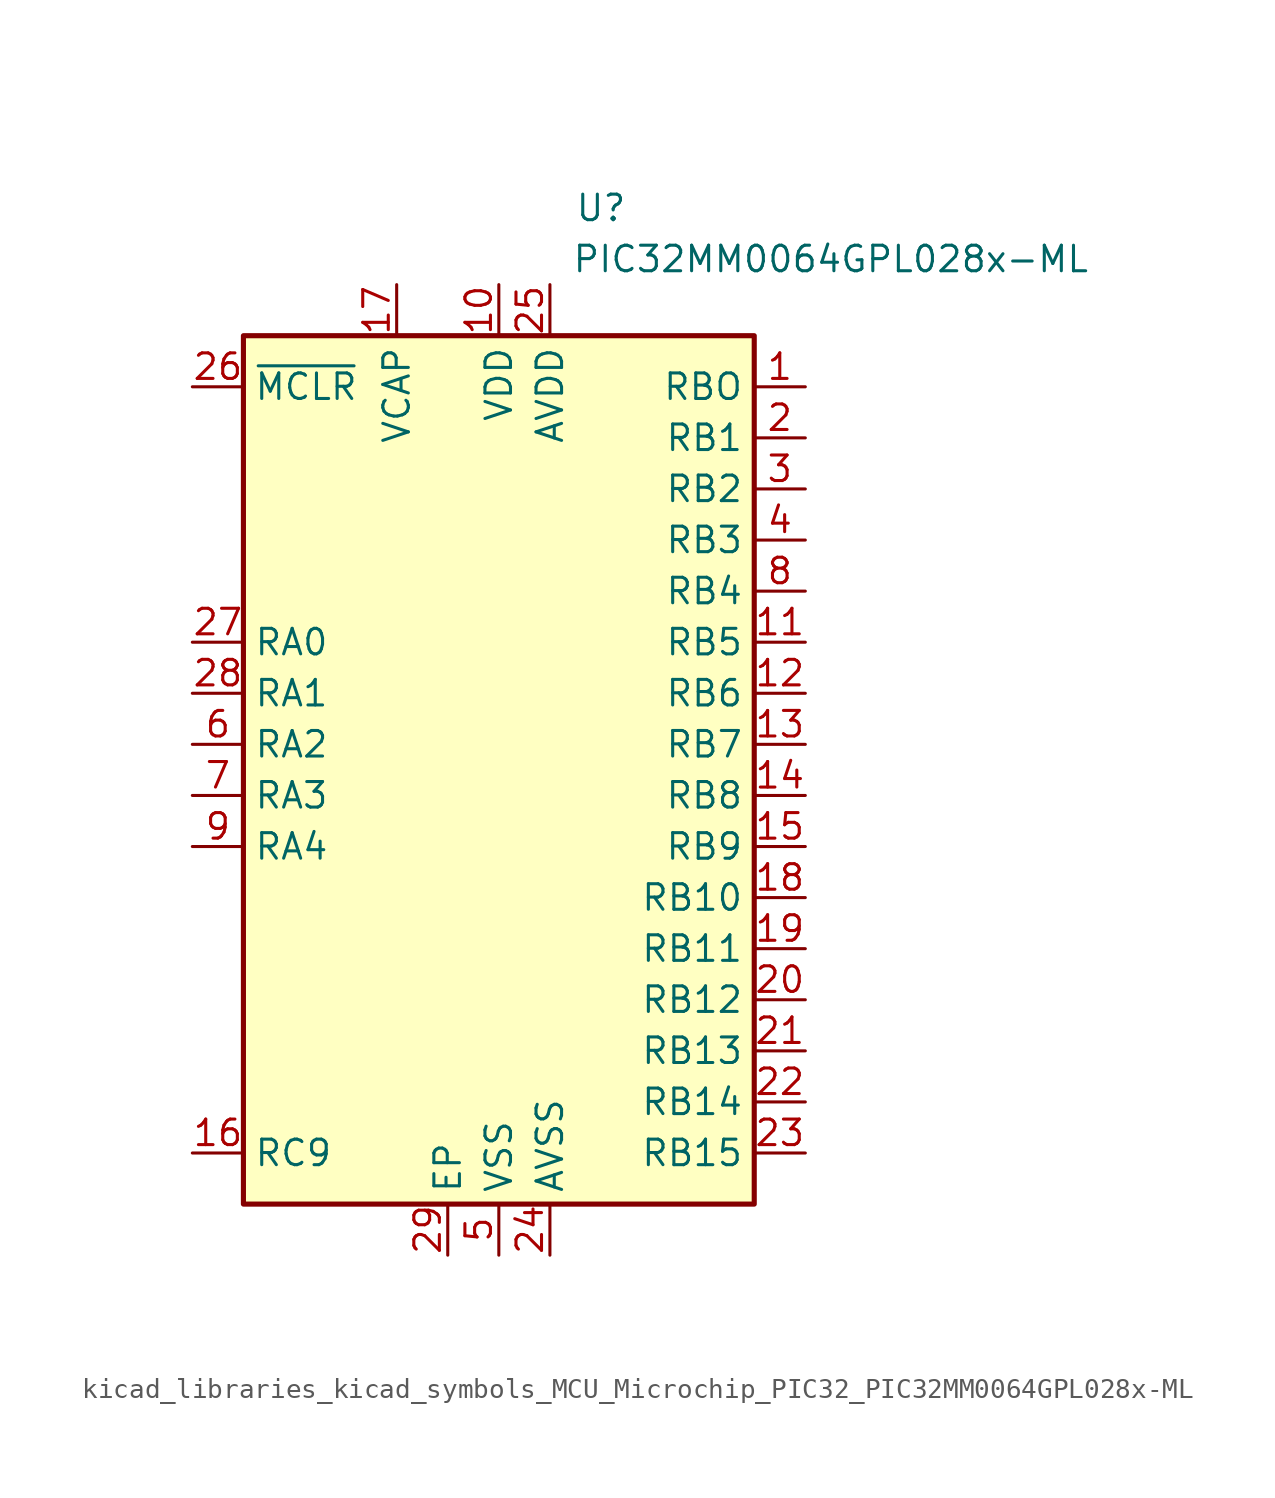
<source format=kicad_sym>
(kicad_symbol_lib
  (version 20220914)
  (generator kicad_symbol_editor)
  (symbol "kicad_libraries_kicad_symbols_MCU_Microchip_PIC32_PIC32MM0064GPL028x-ML"
    (property "Reference" "U"
      (at 5.08 26.67 0)
      (effects (font (size 1.27 1.27))))
    (property "Value" "PIC32MM0064GPL028x-ML"
      (at 16.51 24.13 0)
      (effects (font (size 1.27 1.27))))
    (symbol "kicad_libraries_kicad_symbols_MCU_Microchip_PIC32_PIC32MM0064GPL028x-ML_0_0"
      (pin bidirectional line (at 15.24 17.78 180) (length 2.54) (name "RBO" (effects (font (size 1.27 1.27)))) (number "1" (effects (font (size 1.27 1.27)))))
      (pin power_in line (at 0 22.86 270) (length 2.54) (name "VDD" (effects (font (size 1.27 1.27)))) (number "10" (effects (font (size 1.27 1.27)))))
      (pin bidirectional line (at 15.24 5.08 180) (length 2.54) (name "RB5" (effects (font (size 1.27 1.27)))) (number "11" (effects (font (size 1.27 1.27)))))
      (pin bidirectional line (at 15.24 2.54 180) (length 2.54) (name "RB6" (effects (font (size 1.27 1.27)))) (number "12" (effects (font (size 1.27 1.27)))))
      (pin bidirectional line (at 15.24 0 180) (length 2.54) (name "RB7" (effects (font (size 1.27 1.27)))) (number "13" (effects (font (size 1.27 1.27)))))
      (pin bidirectional line (at 15.24 -2.54 180) (length 2.54) (name "RB8" (effects (font (size 1.27 1.27)))) (number "14" (effects (font (size 1.27 1.27)))))
      (pin bidirectional line (at 15.24 -5.08 180) (length 2.54) (name "RB9" (effects (font (size 1.27 1.27)))) (number "15" (effects (font (size 1.27 1.27)))))
      (pin bidirectional line (at -15.24 -20.32 0) (length 2.54) (name "RC9" (effects (font (size 1.27 1.27)))) (number "16" (effects (font (size 1.27 1.27)))))
      (pin power_out line (at -5.08 22.86 270) (length 2.54) (name "VCAP" (effects (font (size 1.27 1.27)))) (number "17" (effects (font (size 1.27 1.27)))))
      (pin bidirectional line (at 15.24 -7.62 180) (length 2.54) (name "RB10" (effects (font (size 1.27 1.27)))) (number "18" (effects (font (size 1.27 1.27)))))
      (pin bidirectional line (at 15.24 -10.16 180) (length 2.54) (name "RB11" (effects (font (size 1.27 1.27)))) (number "19" (effects (font (size 1.27 1.27)))))
      (pin bidirectional line (at 15.24 15.24 180) (length 2.54) (name "RB1" (effects (font (size 1.27 1.27)))) (number "2" (effects (font (size 1.27 1.27)))))
      (pin bidirectional line (at 15.24 -12.7 180) (length 2.54) (name "RB12" (effects (font (size 1.27 1.27)))) (number "20" (effects (font (size 1.27 1.27)))))
      (pin bidirectional line (at 15.24 -15.24 180) (length 2.54) (name "RB13" (effects (font (size 1.27 1.27)))) (number "21" (effects (font (size 1.27 1.27)))))
      (pin bidirectional line (at 15.24 -17.78 180) (length 2.54) (name "RB14" (effects (font (size 1.27 1.27)))) (number "22" (effects (font (size 1.27 1.27)))))
      (pin bidirectional line (at 15.24 -20.32 180) (length 2.54) (name "RB15" (effects (font (size 1.27 1.27)))) (number "23" (effects (font (size 1.27 1.27)))))
      (pin power_in line (at 2.54 -25.4 90) (length 2.54) (name "AVSS" (effects (font (size 1.27 1.27)))) (number "24" (effects (font (size 1.27 1.27)))))
      (pin power_in line (at 2.54 22.86 270) (length 2.54) (name "AVDD" (effects (font (size 1.27 1.27)))) (number "25" (effects (font (size 1.27 1.27)))))
      (pin input line (at -15.24 17.78 0) (length 2.54) (name "~{MCLR}" (effects (font (size 1.27 1.27)))) (number "26" (effects (font (size 1.27 1.27)))))
      (pin bidirectional line (at -15.24 5.08 0) (length 2.54) (name "RA0" (effects (font (size 1.27 1.27)))) (number "27" (effects (font (size 1.27 1.27)))))
      (pin bidirectional line (at -15.24 2.54 0) (length 2.54) (name "RA1" (effects (font (size 1.27 1.27)))) (number "28" (effects (font (size 1.27 1.27)))))
      (pin passive line (at -2.54 -25.4 90) (length 2.54) (name "EP" (effects (font (size 1.27 1.27)))) (number "29" (effects (font (size 1.27 1.27)))))
      (pin bidirectional line (at 15.24 12.7 180) (length 2.54) (name "RB2" (effects (font (size 1.27 1.27)))) (number "3" (effects (font (size 1.27 1.27)))))
      (pin bidirectional line (at 15.24 10.16 180) (length 2.54) (name "RB3" (effects (font (size 1.27 1.27)))) (number "4" (effects (font (size 1.27 1.27)))))
      (pin power_in line (at 0 -25.4 90) (length 2.54) (name "VSS" (effects (font (size 1.27 1.27)))) (number "5" (effects (font (size 1.27 1.27)))))
      (pin bidirectional line (at -15.24 0 0) (length 2.54) (name "RA2" (effects (font (size 1.27 1.27)))) (number "6" (effects (font (size 1.27 1.27)))))
      (pin bidirectional line (at -15.24 -2.54 0) (length 2.54) (name "RA3" (effects (font (size 1.27 1.27)))) (number "7" (effects (font (size 1.27 1.27)))))
      (pin bidirectional line (at 15.24 7.62 180) (length 2.54) (name "RB4" (effects (font (size 1.27 1.27)))) (number "8" (effects (font (size 1.27 1.27)))))
      (pin bidirectional line (at -15.24 -5.08 0) (length 2.54) (name "RA4" (effects (font (size 1.27 1.27)))) (number "9" (effects (font (size 1.27 1.27))))))
    (symbol "kicad_libraries_kicad_symbols_MCU_Microchip_PIC32_PIC32MM0064GPL028x-ML_0_1"
      (rectangle (start -12.7 20.32) (end 12.7 -22.86) (stroke (width 0.254) (type default)) (fill (type background))))))
</source>
